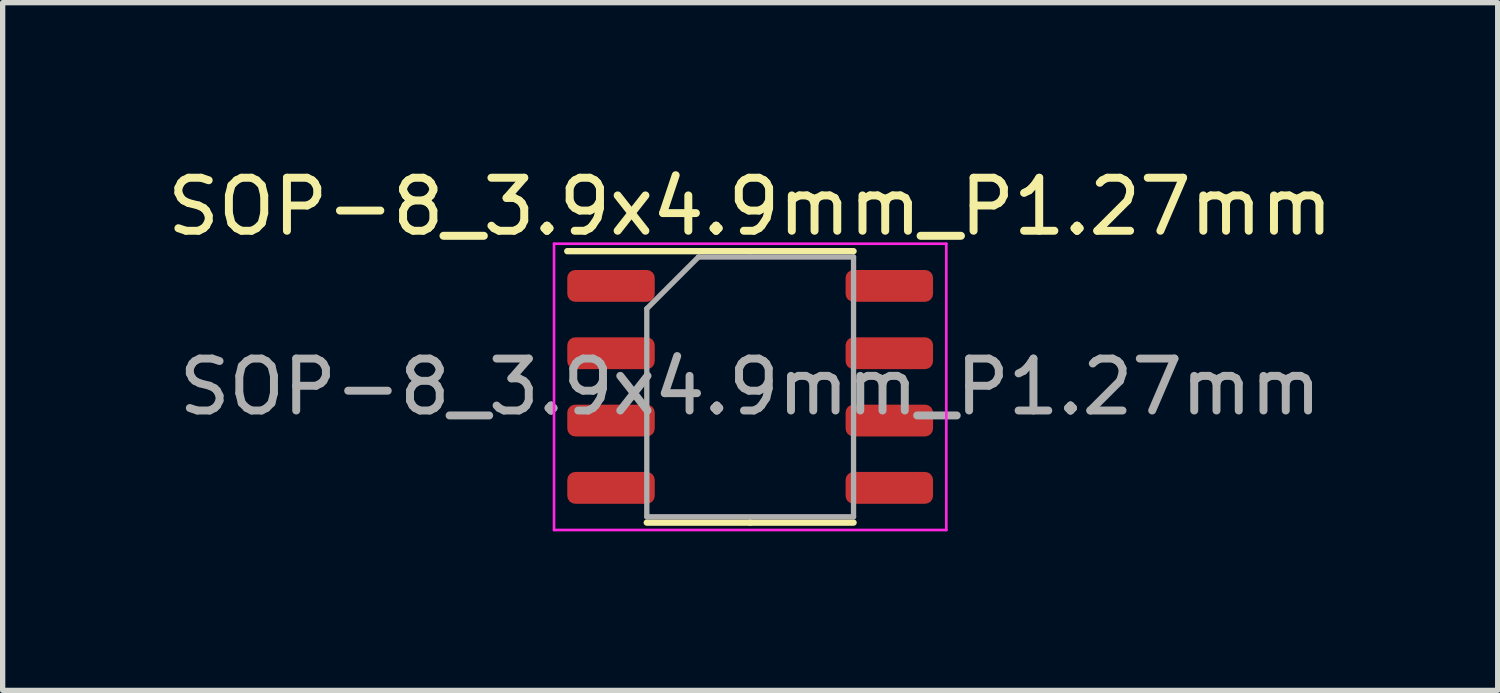
<source format=kicad_pcb>
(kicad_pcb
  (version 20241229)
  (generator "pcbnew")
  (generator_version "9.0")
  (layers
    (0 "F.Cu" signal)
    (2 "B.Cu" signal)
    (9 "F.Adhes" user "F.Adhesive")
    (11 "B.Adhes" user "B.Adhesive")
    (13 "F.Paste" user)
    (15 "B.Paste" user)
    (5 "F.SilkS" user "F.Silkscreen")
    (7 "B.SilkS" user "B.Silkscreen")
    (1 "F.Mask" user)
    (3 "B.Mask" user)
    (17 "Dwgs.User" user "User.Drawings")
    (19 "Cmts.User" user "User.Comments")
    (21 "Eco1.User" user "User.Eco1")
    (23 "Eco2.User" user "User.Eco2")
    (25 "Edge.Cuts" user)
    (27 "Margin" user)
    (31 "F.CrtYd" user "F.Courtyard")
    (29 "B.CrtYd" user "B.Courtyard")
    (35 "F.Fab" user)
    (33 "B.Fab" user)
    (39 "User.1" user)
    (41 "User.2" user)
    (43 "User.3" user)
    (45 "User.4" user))
  (footprint "SOP-8_3.9x4.9mm_P1.27mm"
    (layer "F.Cu")
    (at 11.101 4.248)
    (property "Reference" "SOP-8_3.9x4.9mm_P1.27mm" (at 0 -3.4 0) (layer "F.SilkS") (effects (font (size 1 1) (thickness 0.15))))
    (attr smd)
    (fp_line (start 0 -2.56) (end -3.45 -2.56) (stroke (width 0.12) (type solid)) (layer "F.SilkS"))
    (fp_line (start 0 -2.56) (end 1.95 -2.56) (stroke (width 0.12) (type solid)) (layer "F.SilkS"))
    (fp_line (start 0 2.56) (end -1.95 2.56) (stroke (width 0.12) (type solid)) (layer "F.SilkS"))
    (fp_line (start 0 2.56) (end 1.95 2.56) (stroke (width 0.12) (type solid)) (layer "F.SilkS"))
    (fp_line (start -3.7 -2.7) (end -3.7 2.7) (stroke (width 0.05) (type solid)) (layer "F.CrtYd"))
    (fp_line (start -3.7 2.7) (end 3.7 2.7) (stroke (width 0.05) (type solid)) (layer "F.CrtYd"))
    (fp_line (start 3.7 -2.7) (end -3.7 -2.7) (stroke (width 0.05) (type solid)) (layer "F.CrtYd"))
    (fp_line (start 3.7 2.7) (end 3.7 -2.7) (stroke (width 0.05) (type solid)) (layer "F.CrtYd"))
    (fp_line (start -1.95 -1.475) (end -0.975 -2.45) (stroke (width 0.1) (type solid)) (layer "F.Fab"))
    (fp_line (start -1.95 2.45) (end -1.95 -1.475) (stroke (width 0.1) (type solid)) (layer "F.Fab"))
    (fp_line (start -0.975 -2.45) (end 1.95 -2.45) (stroke (width 0.1) (type solid)) (layer "F.Fab"))
    (fp_line (start 1.95 -2.45) (end 1.95 2.45) (stroke (width 0.1) (type solid)) (layer "F.Fab"))
    (fp_line (start 1.95 2.45) (end -1.95 2.45) (stroke (width 0.1) (type solid)) (layer "F.Fab"))
    (fp_text user "${REFERENCE}" (at 0 0 0) (layer "F.Fab") (effects (font (size 0.98 0.98) (thickness 0.15))))
    (pad "1" smd roundrect (at -2.625 -1.905) (size 1.65 0.6) (layers "F.Cu" "F.Mask" "F.Paste") (roundrect_rratio 0.25))
    (pad "2" smd roundrect (at -2.625 -0.635) (size 1.65 0.6) (layers "F.Cu" "F.Mask" "F.Paste") (roundrect_rratio 0.25))
    (pad "3" smd roundrect (at -2.625 0.635) (size 1.65 0.6) (layers "F.Cu" "F.Mask" "F.Paste") (roundrect_rratio 0.25))
    (pad "4" smd roundrect (at -2.625 1.905) (size 1.65 0.6) (layers "F.Cu" "F.Mask" "F.Paste") (roundrect_rratio 0.25))
    (pad "5" smd roundrect (at 2.625 1.905) (size 1.65 0.6) (layers "F.Cu" "F.Mask" "F.Paste") (roundrect_rratio 0.25))
    (pad "6" smd roundrect (at 2.625 0.635) (size 1.65 0.6) (layers "F.Cu" "F.Mask" "F.Paste") (roundrect_rratio 0.25))
    (pad "7" smd roundrect (at 2.625 -0.635) (size 1.65 0.6) (layers "F.Cu" "F.Mask" "F.Paste") (roundrect_rratio 0.25))
    (pad "8" smd roundrect (at 2.625 -1.905) (size 1.65 0.6) (layers "F.Cu" "F.Mask" "F.Paste") (roundrect_rratio 0.25)))
  (gr_rect
    (start -3 -3)
    (end 25.202 9.973)
    (stroke (width 0.1) (type default))
    (fill no)
    (layer "Edge.Cuts")))
</source>
